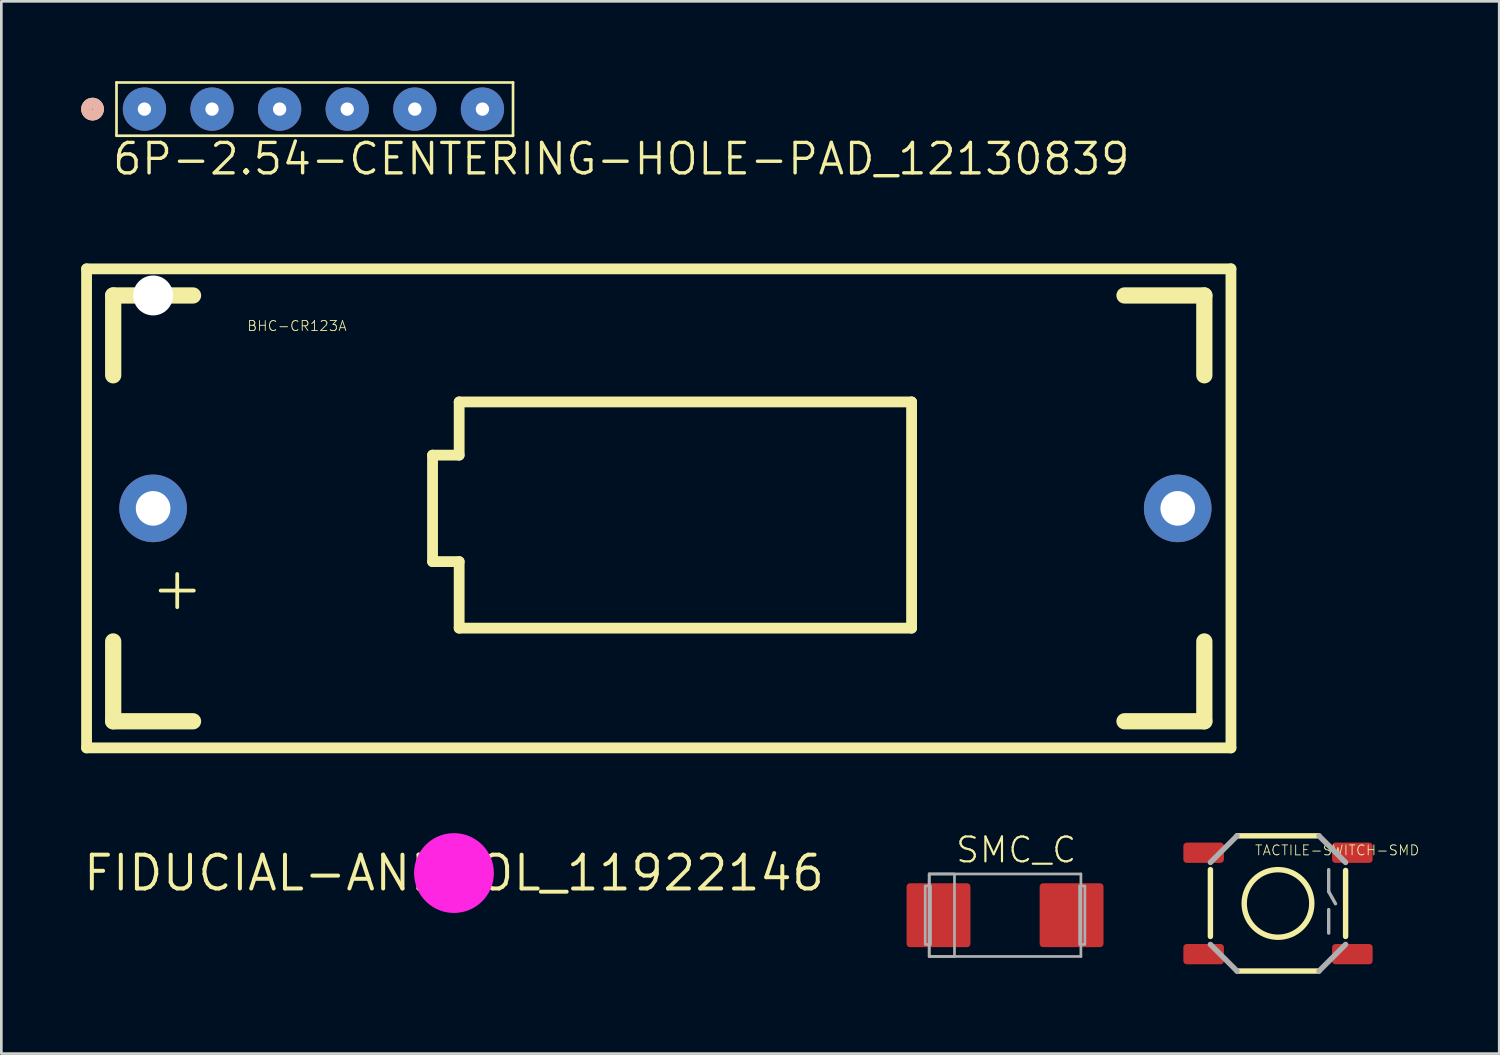
<source format=kicad_pcb>
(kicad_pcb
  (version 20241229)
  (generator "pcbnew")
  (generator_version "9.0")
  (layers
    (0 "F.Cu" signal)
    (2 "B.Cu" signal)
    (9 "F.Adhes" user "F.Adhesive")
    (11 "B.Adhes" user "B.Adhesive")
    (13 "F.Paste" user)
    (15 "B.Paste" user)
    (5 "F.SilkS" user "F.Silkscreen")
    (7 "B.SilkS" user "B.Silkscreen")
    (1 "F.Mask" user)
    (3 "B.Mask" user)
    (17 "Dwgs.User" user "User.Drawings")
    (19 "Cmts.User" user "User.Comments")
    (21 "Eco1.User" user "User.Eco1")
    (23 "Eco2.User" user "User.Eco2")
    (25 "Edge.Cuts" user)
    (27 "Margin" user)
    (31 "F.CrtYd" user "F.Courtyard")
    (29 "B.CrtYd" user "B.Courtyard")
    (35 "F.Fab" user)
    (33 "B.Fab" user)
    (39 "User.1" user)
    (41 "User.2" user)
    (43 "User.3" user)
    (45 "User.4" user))
  (footprint "6P-2.54-CENTERING-HOLE-PAD_12130839"
    (layer "F.Cu")
    (at 8.727 1.05)
    (property "Reference" "6P-2.54-CENTERING-HOLE-PAD_12130839" (at -7.62 2.54 0) (unlocked yes) (layer "F.SilkS") (effects (font (size 1.143 1.143) (thickness 0.127)) (justify left bottom)))
    (fp_line (start -7.4 -1) (end -7.4 1) (stroke (width 0.1) (type solid)) (layer "F.SilkS"))
    (fp_line (start -7.4 1) (end 7.5 1) (stroke (width 0.1) (type solid)) (layer "F.SilkS"))
    (fp_line (start 7.5 -1) (end -7.4 -1) (stroke (width 0.1) (type solid)) (layer "F.SilkS"))
    (fp_line (start 7.5 1) (end 7.5 -1) (stroke (width 0.1) (type solid)) (layer "F.SilkS"))
    (fp_circle (center -8.3 0) (end -8.076 0) (stroke (width 0.406) (type solid)) (fill no) (layer "F.SilkS"))
    (fp_circle (center -8.3 0) (end -8.076 0) (stroke (width 0.406) (type solid)) (fill no) (layer "B.SilkS"))
    (pad "1" thru_hole circle (at -6.35 0 90) (size 1.626 1.626) (drill 0.5) (layers "*.Cu" "*.Mask"))
    (pad "2" thru_hole circle (at -3.81 0 90) (size 1.626 1.626) (drill 0.5) (layers "*.Cu" "*.Mask"))
    (pad "3" thru_hole circle (at -1.27 0 90) (size 1.626 1.626) (drill 0.5) (layers "*.Cu" "*.Mask"))
    (pad "4" thru_hole circle (at 1.27 0 90) (size 1.626 1.626) (drill 0.5) (layers "*.Cu" "*.Mask"))
    (pad "5" thru_hole circle (at 3.81 0 90) (size 1.626 1.626) (drill 0.5) (layers "*.Cu" "*.Mask"))
    (pad "6" thru_hole circle (at 6.35 0 90) (size 1.626 1.626) (drill 0.5) (layers "*.Cu" "*.Mask")))
  (footprint "BHC-CR123A"
    (layer "F.Cu")
    (at 22.203 16.052)
    (property "Reference" "BHC-CR123A" (at -15.985 -6.635 0) (unlocked yes) (layer "F.SilkS") (effects (font (size 0.374 0.374) (thickness 0.033)) (justify left bottom)))
    (fp_line (start -22 -9) (end -22 9) (stroke (width 0.406) (type solid)) (layer "F.SilkS"))
    (fp_line (start -22 -9) (end 21 -9) (stroke (width 0.406) (type solid)) (layer "F.SilkS"))
    (fp_line (start -22 9) (end 21 9) (stroke (width 0.406) (type solid)) (layer "F.SilkS"))
    (fp_line (start -21 -8) (end -21 -5) (stroke (width 0.61) (type solid)) (layer "F.SilkS"))
    (fp_line (start -21 -8) (end -18 -8) (stroke (width 0.61) (type solid)) (layer "F.SilkS"))
    (fp_line (start -21 5) (end -21 8) (stroke (width 0.61) (type solid)) (layer "F.SilkS"))
    (fp_line (start -21 8) (end -18 8) (stroke (width 0.61) (type solid)) (layer "F.SilkS"))
    (fp_line (start -9 -2) (end -9 2) (stroke (width 0.406) (type solid)) (layer "F.SilkS"))
    (fp_line (start -9 2) (end -8 2) (stroke (width 0.406) (type solid)) (layer "F.SilkS"))
    (fp_line (start -8 -4) (end -8 -2) (stroke (width 0.406) (type solid)) (layer "F.SilkS"))
    (fp_line (start -8 -2) (end -9 -2) (stroke (width 0.406) (type solid)) (layer "F.SilkS"))
    (fp_line (start -8 2) (end -8 4.5) (stroke (width 0.406) (type solid)) (layer "F.SilkS"))
    (fp_line (start -8 4.5) (end 9 4.5) (stroke (width 0.406) (type solid)) (layer "F.SilkS"))
    (fp_line (start 9 -4) (end -8 -4) (stroke (width 0.406) (type solid)) (layer "F.SilkS"))
    (fp_line (start 9 4.5) (end 9 -4) (stroke (width 0.406) (type solid)) (layer "F.SilkS"))
    (fp_line (start 17 -8) (end 20 -8) (stroke (width 0.61) (type solid)) (layer "F.SilkS"))
    (fp_line (start 17 8) (end 20 8) (stroke (width 0.61) (type solid)) (layer "F.SilkS"))
    (fp_line (start 20 -8) (end 20 -5) (stroke (width 0.61) (type solid)) (layer "F.SilkS"))
    (fp_line (start 20 5) (end 20 8) (stroke (width 0.61) (type solid)) (layer "F.SilkS"))
    (fp_line (start 21 9) (end 21 -9) (stroke (width 0.406) (type solid)) (layer "F.SilkS"))
    (fp_text user "+" (at -19.7 3.92 0) (unlocked yes) (layer "F.SilkS") (effects (font (size 1.636 1.636) (thickness 0.142)) (justify left bottom)))
    (pad "" np_thru_hole circle (at -19.5 -8) (size 1.5 1.5) (drill 1.5) (layers "*.Cu" "*.Mask"))
    (pad "GND" thru_hole circle (at 19 0) (size 2.54 2.54) (drill 1.3) (layers "*.Cu" "*.Mask"))
    (pad "VCC" thru_hole circle (at -19.5 0) (size 2.54 2.54) (drill 1.3) (layers "*.Cu" "*.Mask")))
  (footprint "TACTILE-SWITCH-SMD"
    (layer "F.Cu")
    (at 44.971 30.897)
    (property "Reference" "TACTILE-SWITCH-SMD" (at -0.889 -1.778 0) (unlocked yes) (layer "F.SilkS") (effects (font (size 0.374 0.374) (thickness 0.033)) (justify left bottom)))
    (fp_line (start -2.54 1.24) (end -2.54 -1.27) (stroke (width 0.203) (type solid)) (layer "F.SilkS"))
    (fp_line (start -1.54 -2.54) (end 1.54 -2.54) (stroke (width 0.203) (type solid)) (layer "F.SilkS"))
    (fp_line (start 1.54 2.54) (end -1.54 2.54) (stroke (width 0.203) (type solid)) (layer "F.SilkS"))
    (fp_line (start 2.54 -1.24) (end 2.54 1.24) (stroke (width 0.203) (type solid)) (layer "F.SilkS"))
    (fp_circle (center 0 0) (end 1.27 0) (stroke (width 0.203) (type solid)) (fill no) (layer "F.SilkS"))
    (fp_line (start -2.54 -1.54) (end -1.54 -2.54) (stroke (width 0.203) (type solid)) (layer "F.Fab"))
    (fp_line (start -1.54 2.54) (end -2.54 1.54) (stroke (width 0.203) (type solid)) (layer "F.Fab"))
    (fp_line (start 1.54 -2.54) (end 2.54 -1.54) (stroke (width 0.203) (type solid)) (layer "F.Fab"))
    (fp_line (start 1.905 -1.27) (end 1.905 -0.445) (stroke (width 0.127) (type solid)) (layer "F.Fab"))
    (fp_line (start 1.905 -0.445) (end 2.16 0.01) (stroke (width 0.127) (type solid)) (layer "F.Fab"))
    (fp_line (start 1.905 0.23) (end 1.905 1.115) (stroke (width 0.127) (type solid)) (layer "F.Fab"))
    (fp_line (start 2.54 1.54) (end 1.54 2.54) (stroke (width 0.203) (type solid)) (layer "F.Fab"))
    (pad "1" smd roundrect (at -2.794 -1.905 90) (size 0.762 1.524) (layers "F.Cu" "F.Mask" "F.Paste") (roundrect_rratio 0.167))
    (pad "2" smd roundrect (at 2.794 -1.905 90) (size 0.762 1.524) (layers "F.Cu" "F.Mask" "F.Paste") (roundrect_rratio 0.167))
    (pad "3" smd roundrect (at -2.794 1.905 90) (size 0.762 1.524) (layers "F.Cu" "F.Mask" "F.Paste") (roundrect_rratio 0.167))
    (pad "4" smd roundrect (at 2.794 1.905 90) (size 0.762 1.524) (layers "F.Cu" "F.Mask" "F.Paste") (roundrect_rratio 0.167)))
  (footprint "FIDUCIAL-ANDPOL_11922146"
    (layer "F.Cu")
    (at 14.008 29.755)
    (property "Reference" "FIDUCIAL-ANDPOL_11922146" (at 0 0 0) (layer "F.SilkS") (effects (font (size 1.27 1.27) (thickness 0.15))))
    (fp_circle (center 0 0) (end 0.75 0) (stroke (width 1.5) (type solid)) (fill yes) (layer "F.Mask"))
    (fp_circle (center 0 0) (end 0.75 0) (stroke (width 1.5) (type solid)) (fill no) (layer "F.CrtYd"))
    (pad "1" smd roundrect (at 0 0) (size 1.5 1.5) (layers "F.Cu") (roundrect_rratio 0.5))
    (zone (net_name "") (layer "F.Cu") (hatch edge 0.5) (connect_pads) (min_thickness 0.25) (filled_areas_thickness no) (keepout (tracks not_allowed) (vias not_allowed) (pads not_allowed) (copperpour not_allowed) (footprints allowed)) (placement (enabled no)) (fill) (polygon (pts (xy 15.508 29.755) (xy 15.487 29.509) (xy 15.426 29.268) (xy 15.327 29.042) (xy 15.191 28.834) (xy 15.023 28.652) (xy 14.828 28.5) (xy 14.61 28.382) (xy 14.376 28.301) (xy 14.131 28.261) (xy 13.884 28.261) (xy 13.639 28.301) (xy 13.405 28.382) (xy 13.187 28.5) (xy 12.992 28.652) (xy 12.824 28.834) (xy 12.688 29.042) (xy 12.589 29.268) (xy 12.528 29.509) (xy 12.508 29.755) (xy 12.528 30.002) (xy 12.589 30.243) (xy 12.688 30.469) (xy 12.824 30.677) (xy 12.992 30.859) (xy 13.187 31.011) (xy 13.405 31.129) (xy 13.639 31.21) (xy 13.884 31.25) (xy 14.131 31.25) (xy 14.376 31.21) (xy 14.61 31.129) (xy 14.828 31.011) (xy 15.023 30.859) (xy 15.191 30.677) (xy 15.327 30.469) (xy 15.426 30.243) (xy 15.487 30.002)))))
  (footprint "SMC_C"
    (layer "F.Cu")
    (at 34.715 31.339)
    (property "Reference" "SMC_C" (at -1.905 -1.905 0) (unlocked yes) (layer "F.SilkS") (effects (font (size 0.935 0.935) (thickness 0.081)) (justify left bottom)))
    (fp_line (start -2.85 -1.55) (end 2.85 -1.55) (stroke (width 0.102) (type solid)) (layer "F.Fab"))
    (fp_line (start -2.85 1.55) (end -2.85 -1.55) (stroke (width 0.102) (type solid)) (layer "F.Fab"))
    (fp_line (start 2.85 -1.55) (end 2.85 1.55) (stroke (width 0.102) (type solid)) (layer "F.Fab"))
    (fp_line (start 2.85 1.55) (end -2.85 1.55) (stroke (width 0.102) (type solid)) (layer "F.Fab"))
    (fp_poly (pts (xy -3 1.1) (xy -2.8 1.1) (xy -2.8 -1.1) (xy -3 -1.1)) (stroke (width 0.1) (type default)) (fill no) (layer "F.Fab"))
    (fp_poly (pts (xy -2.85 1.55) (xy -1.9 1.55) (xy -1.9 -1.55) (xy -2.85 -1.55)) (stroke (width 0.1) (type default)) (fill no) (layer "F.Fab"))
    (fp_poly (pts (xy 3 -1.1) (xy 2.8 -1.1) (xy 2.8 1.1) (xy 3 1.1)) (stroke (width 0.1) (type default)) (fill no) (layer "F.Fab"))
    (pad "+" smd roundrect (at -2.5 0) (size 2.4 2.4) (layers "F.Cu" "F.Mask" "F.Paste") (roundrect_rratio 0.053))
    (pad "-" smd roundrect (at 2.5 0 180) (size 2.4 2.4) (layers "F.Cu" "F.Mask" "F.Paste") (roundrect_rratio 0.053)))
  (gr_rect
    (start -3 -3)
    (end 53.283 36.539)
    (stroke (width 0.1) (type default))
    (fill no)
    (layer "Edge.Cuts")))
</source>
